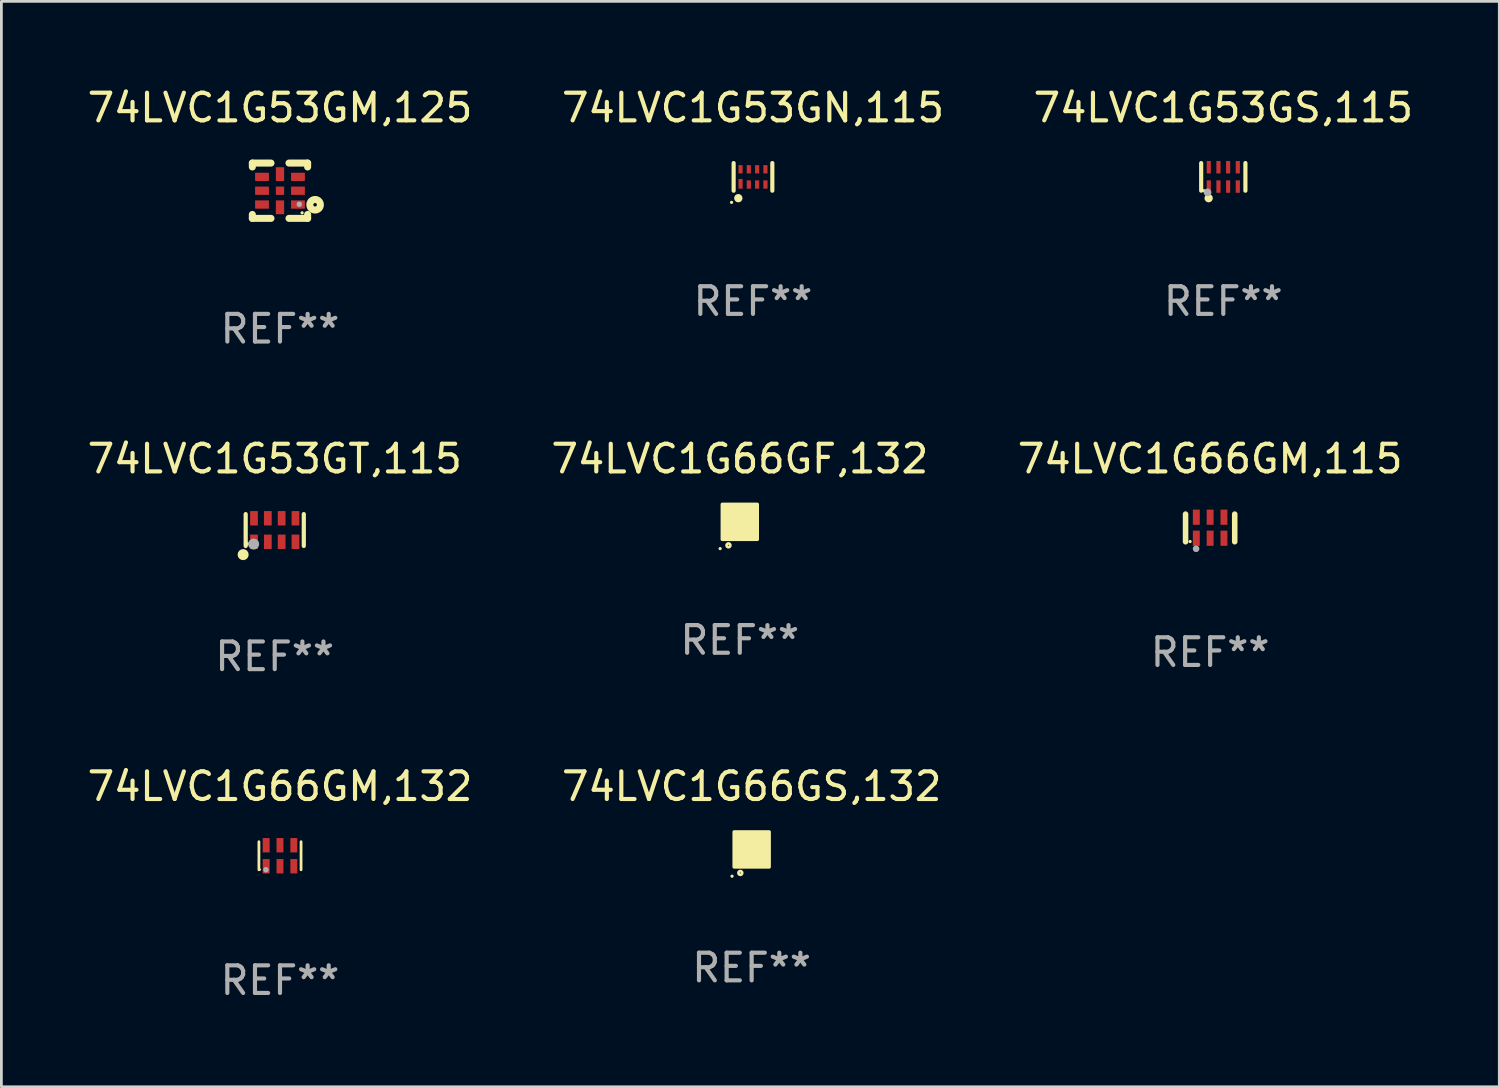
<source format=kicad_pcb>
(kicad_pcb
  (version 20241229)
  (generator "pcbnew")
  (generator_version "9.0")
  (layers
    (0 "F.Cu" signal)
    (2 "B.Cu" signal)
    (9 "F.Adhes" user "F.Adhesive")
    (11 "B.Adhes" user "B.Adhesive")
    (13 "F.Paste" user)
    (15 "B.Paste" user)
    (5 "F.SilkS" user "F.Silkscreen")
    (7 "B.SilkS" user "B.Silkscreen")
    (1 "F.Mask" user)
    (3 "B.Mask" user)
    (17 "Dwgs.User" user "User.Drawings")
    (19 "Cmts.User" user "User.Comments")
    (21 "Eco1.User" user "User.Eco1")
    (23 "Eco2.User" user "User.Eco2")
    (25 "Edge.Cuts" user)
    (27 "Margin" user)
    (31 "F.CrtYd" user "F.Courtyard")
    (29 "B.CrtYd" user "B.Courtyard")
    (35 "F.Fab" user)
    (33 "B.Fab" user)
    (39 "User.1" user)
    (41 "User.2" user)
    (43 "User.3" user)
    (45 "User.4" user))
  (footprint "74LVC1G66GF,132"
    (layer "F.Cu")
    (at 23.708 15.825)
    (property "Reference" "74LVC1G66GF,132" (at 0 -2.28 0) (layer "F.SilkS") (effects (font (size 1 1) (thickness 0.15))))
    (attr through_hole)
    (fp_circle (center -0.71 0.968) (end -0.68 0.968) (stroke (width 0.06) (type solid)) (fill no) (layer "F.SilkS"))
    (fp_circle (center -0.41 0.85) (end -0.342 0.85) (stroke (width 0.1) (type solid)) (fill no) (layer "F.SilkS"))
    (fp_poly (pts (xy -0.635 -0.635) (xy 0.635 -0.635) (xy 0.635 0.635) (xy -0.635 0.635)) (stroke (width 0.12) (type solid)) (fill yes) (layer "F.SilkS"))
    (fp_text user "REF**" (at 0 4.28 0) (layer "F.Fab") (effects (font (size 1 1) (thickness 0.15))))
    (pad "1" smd rect (at -0.35 0.28 90) (size 0.35 0.2) (layers "F.Cu" "F.Mask" "F.Paste"))
    (pad "2" smd rect (at 0 0.28 90) (size 0.35 0.2) (layers "F.Cu" "F.Mask" "F.Paste"))
    (pad "3" smd rect (at 0.35 0.28 90) (size 0.35 0.2) (layers "F.Cu" "F.Mask" "F.Paste"))
    (pad "4" smd rect (at 0.35 -0.28 90) (size 0.35 0.2) (layers "F.Cu" "F.Mask" "F.Paste"))
    (pad "5" smd rect (at 0 -0.28 90) (size 0.35 0.2) (layers "F.Cu" "F.Mask" "F.Paste"))
    (pad "6" smd rect (at -0.35 -0.28 90) (size 0.35 0.2) (layers "F.Cu" "F.Mask" "F.Paste")))
  (footprint "74LVC1G66GS,132"
    (layer "F.Cu")
    (at 24.137 27.674)
    (property "Reference" "74LVC1G66GS,132" (at 0 -2.28 0) (layer "F.SilkS") (effects (font (size 1 1) (thickness 0.15))))
    (attr through_hole)
    (fp_circle (center -0.71 0.968) (end -0.68 0.968) (stroke (width 0.06) (type solid)) (fill no) (layer "F.SilkS"))
    (fp_circle (center -0.41 0.85) (end -0.342 0.85) (stroke (width 0.1) (type solid)) (fill no) (layer "F.SilkS"))
    (fp_poly (pts (xy -0.635 -0.635) (xy 0.635 -0.635) (xy 0.635 0.635) (xy -0.635 0.635)) (stroke (width 0.12) (type solid)) (fill yes) (layer "F.SilkS"))
    (fp_text user "REF**" (at 0 4.28 0) (layer "F.Fab") (effects (font (size 1 1) (thickness 0.15))))
    (pad "1" smd rect (at -0.35 0.28 90) (size 0.35 0.2) (layers "F.Cu" "F.Mask" "F.Paste"))
    (pad "2" smd rect (at 0 0.28 90) (size 0.35 0.2) (layers "F.Cu" "F.Mask" "F.Paste"))
    (pad "3" smd rect (at 0.35 0.28 90) (size 0.35 0.2) (layers "F.Cu" "F.Mask" "F.Paste"))
    (pad "4" smd rect (at 0.35 -0.28 90) (size 0.35 0.2) (layers "F.Cu" "F.Mask" "F.Paste"))
    (pad "5" smd rect (at 0 -0.28 90) (size 0.35 0.2) (layers "F.Cu" "F.Mask" "F.Paste"))
    (pad "6" smd rect (at -0.35 -0.28 90) (size 0.35 0.2) (layers "F.Cu" "F.Mask" "F.Paste")))
  (footprint "74LVC1G53GN,115"
    (layer "F.Cu")
    (at 24.185 3.348)
    (property "Reference" "74LVC1G53GN,115" (at 0 -2.5 0) (layer "F.SilkS") (effects (font (size 1 1) (thickness 0.15))))
    (attr through_hole)
    (fp_line (start -0.7 -0.5) (end -0.7 0.5) (stroke (width 0.15) (type solid)) (layer "F.SilkS"))
    (fp_line (start 0.7 -0.5) (end 0.7 0.5) (stroke (width 0.15) (type solid)) (layer "F.SilkS"))
    (fp_circle (center -0.775 0.922) (end -0.745 0.922) (stroke (width 0.06) (type solid)) (fill no) (layer "F.SilkS"))
    (fp_circle (center -0.53 0.77) (end -0.454 0.77) (stroke (width 0.15) (type solid)) (fill no) (layer "F.SilkS"))
    (fp_text user "REF**" (at 0 4.5 0) (layer "F.Fab") (effects (font (size 1 1) (thickness 0.15))))
    (pad "1" smd rect (at -0.45 0.25) (size 0.15 0.35) (layers "F.Cu" "F.Mask" "F.Paste"))
    (pad "2" smd rect (at -0.15 0.275) (size 0.15 0.3) (layers "F.Cu" "F.Mask" "F.Paste"))
    (pad "3" smd rect (at 0.15 0.275) (size 0.15 0.3) (layers "F.Cu" "F.Mask" "F.Paste"))
    (pad "4" smd rect (at 0.45 0.275) (size 0.15 0.3) (layers "F.Cu" "F.Mask" "F.Paste"))
    (pad "5" smd rect (at 0.45 -0.275) (size 0.15 0.3) (layers "F.Cu" "F.Mask" "F.Paste"))
    (pad "6" smd rect (at 0.15 -0.275) (size 0.15 0.3) (layers "F.Cu" "F.Mask" "F.Paste"))
    (pad "7" smd rect (at -0.15 -0.275) (size 0.15 0.3) (layers "F.Cu" "F.Mask" "F.Paste"))
    (pad "8" smd rect (at -0.45 -0.275) (size 0.15 0.3) (layers "F.Cu" "F.Mask" "F.Paste")))
  (footprint "74LVC1G53GS,115"
    (layer "F.Cu")
    (at 41.196 3.348)
    (property "Reference" "74LVC1G53GS,115" (at 0 -2.5 0) (layer "F.SilkS") (effects (font (size 1 1) (thickness 0.15))))
    (attr through_hole)
    (fp_line (start -0.8 -0.5) (end -0.8 0.5) (stroke (width 0.15) (type solid)) (layer "F.SilkS"))
    (fp_line (start 0.8 -0.5) (end 0.8 0.5) (stroke (width 0.15) (type solid)) (layer "F.SilkS"))
    (fp_circle (center -0.7 0.5) (end -0.67 0.5) (stroke (width 0.06) (type solid)) (fill no) (layer "F.SilkS"))
    (fp_circle (center -0.53 0.77) (end -0.454 0.77) (stroke (width 0.15) (type solid)) (fill no) (layer "F.SilkS"))
    (fp_circle (center -0.57 0.56) (end -0.5 0.56) (stroke (width 0.14) (type solid)) (fill no) (layer "F.Fab"))
    (fp_text user "REF**" (at 0 4.5 0) (layer "F.Fab") (effects (font (size 1 1) (thickness 0.15))))
    (pad "1" smd rect (at -0.525 0.35) (size 0.15 0.45) (layers "F.Cu" "F.Mask" "F.Paste"))
    (pad "2" smd rect (at -0.175 0.35) (size 0.15 0.45) (layers "F.Cu" "F.Mask" "F.Paste"))
    (pad "3" smd rect (at 0.175 0.35) (size 0.15 0.45) (layers "F.Cu" "F.Mask" "F.Paste"))
    (pad "4" smd rect (at 0.525 0.35) (size 0.15 0.45) (layers "F.Cu" "F.Mask" "F.Paste"))
    (pad "5" smd rect (at 0.525 -0.35) (size 0.15 0.45) (layers "F.Cu" "F.Mask" "F.Paste"))
    (pad "6" smd rect (at 0.175 -0.35) (size 0.15 0.45) (layers "F.Cu" "F.Mask" "F.Paste"))
    (pad "7" smd rect (at -0.175 -0.35) (size 0.15 0.45) (layers "F.Cu" "F.Mask" "F.Paste"))
    (pad "8" smd rect (at -0.525 -0.35) (size 0.15 0.45) (layers "F.Cu" "F.Mask" "F.Paste")))
  (footprint "74LVC1G66GM,132"
    (layer "F.Cu")
    (at 7.077 27.902)
    (property "Reference" "74LVC1G66GM,132" (at 0 -2.508 0) (layer "F.SilkS") (effects (font (size 1 1) (thickness 0.15))))
    (attr through_hole)
    (fp_line (start -0.762 -0.508) (end -0.762 0.508) (stroke (width 0.1) (type solid)) (layer "F.SilkS"))
    (fp_line (start 0.762 -0.508) (end 0.762 0.508) (stroke (width 0.1) (type solid)) (layer "F.SilkS"))
    (fp_circle (center -0.725 0.5) (end -0.705 0.5) (stroke (width 0.04) (type solid)) (fill no) (layer "F.SilkS"))
    (fp_circle (center -0.508 0.508) (end -0.458 0.508) (stroke (width 0.1) (type solid)) (fill no) (layer "F.Fab"))
    (fp_text user "REF**" (at 0 4.508 0) (layer "F.Fab") (effects (font (size 1 1) (thickness 0.15))))
    (pad "1" smd rect (at -0.5 0.38) (size 0.25 0.52) (layers "F.Cu" "F.Mask" "F.Paste"))
    (pad "2" smd rect (at -0.000127 0.38) (size 0.25 0.52) (layers "F.Cu" "F.Mask" "F.Paste"))
    (pad "3" smd rect (at 0.5 0.38) (size 0.25 0.52) (layers "F.Cu" "F.Mask" "F.Paste"))
    (pad "4" smd rect (at 0.5 -0.38 180) (size 0.25 0.52) (layers "F.Cu" "F.Mask" "F.Paste"))
    (pad "5" smd rect (at -0.000127 -0.38 180) (size 0.25 0.52) (layers "F.Cu" "F.Mask" "F.Paste"))
    (pad "6" smd rect (at -0.5 -0.38 180) (size 0.25 0.52) (layers "F.Cu" "F.Mask" "F.Paste")))
  (footprint "74LVC1G53GM,125"
    (layer "F.Cu")
    (at 7.077 3.848)
    (property "Reference" "74LVC1G53GM,125" (at 0 -3 0) (layer "F.SilkS") (effects (font (size 1 1) (thickness 0.15))))
    (attr through_hole)
    (fp_line (start -1 -1) (end -0.325 -1) (stroke (width 0.254) (type solid)) (layer "F.SilkS"))
    (fp_line (start -1 -0.858) (end -1 -1) (stroke (width 0.254) (type solid)) (layer "F.SilkS"))
    (fp_line (start -1 1) (end -1 0.858) (stroke (width 0.254) (type solid)) (layer "F.SilkS"))
    (fp_line (start -0.325 1) (end -1 1) (stroke (width 0.254) (type solid)) (layer "F.SilkS"))
    (fp_line (start 0.325 -1) (end 1 -1) (stroke (width 0.254) (type solid)) (layer "F.SilkS"))
    (fp_line (start 1 -1) (end 1 -0.858) (stroke (width 0.254) (type solid)) (layer "F.SilkS"))
    (fp_line (start 1 0.858) (end 1 1) (stroke (width 0.254) (type solid)) (layer "F.SilkS"))
    (fp_line (start 1 1) (end 0.325 1) (stroke (width 0.254) (type solid)) (layer "F.SilkS"))
    (fp_circle (center 0.8 0.8) (end 0.83 0.8) (stroke (width 0.06) (type solid)) (fill no) (layer "F.SilkS"))
    (fp_circle (center 1.27 0.508) (end 1.334 0.508) (stroke (width 0.254) (type solid)) (fill no) (layer "F.SilkS"))
    (fp_circle (center 0.7 0.49) (end 0.75 0.49) (stroke (width 0.1) (type solid)) (fill no) (layer "F.Fab"))
    (fp_text user "REF**" (at 0 5 0) (layer "F.Fab") (effects (font (size 1 1) (thickness 0.15))))
    (pad "1" smd rect (at 0.65 0.5 180) (size 0.5 0.3) (layers "F.Cu" "F.Mask" "F.Paste"))
    (pad "2" smd rect (at 0.65 0 180) (size 0.5 0.3) (layers "F.Cu" "F.Mask" "F.Paste"))
    (pad "3" smd rect (at 0.65 -0.5 180) (size 0.5 0.3) (layers "F.Cu" "F.Mask" "F.Paste"))
    (pad "4" smd rect (at 0.000025 -0.6 270) (size 0.5 0.3) (layers "F.Cu" "F.Mask" "F.Paste"))
    (pad "5" smd rect (at -0.65 -0.5 180) (size 0.5 0.3) (layers "F.Cu" "F.Mask" "F.Paste"))
    (pad "6" smd rect (at -0.65 0 180) (size 0.5 0.3) (layers "F.Cu" "F.Mask" "F.Paste"))
    (pad "7" smd rect (at -0.65 0.5 180) (size 0.5 0.3) (layers "F.Cu" "F.Mask" "F.Paste"))
    (pad "8" smd rect (at 0.000025 0.6 270) (size 0.5 0.3) (layers "F.Cu" "F.Mask" "F.Paste"))
    (pad "9" smd rect (at 0.000025 0 270) (size 0.3 0.3) (layers "F.Cu" "F.Mask" "F.Paste")))
  (footprint "74LVC1G53GT,115"
    (layer "F.Cu")
    (at 6.887 16.121)
    (property "Reference" "74LVC1G53GT,115" (at 0 -2.576 0) (layer "F.SilkS") (effects (font (size 1 1) (thickness 0.15))))
    (attr through_hole)
    (fp_line (start -1.051 0.576) (end -1.051 -0.576) (stroke (width 0.152) (type solid)) (layer "F.SilkS"))
    (fp_line (start 1.051 -0.576) (end 1.051 0.576) (stroke (width 0.152) (type solid)) (layer "F.SilkS"))
    (fp_circle (center -1.143 0.889) (end -1.043 0.889) (stroke (width 0.2) (type solid)) (fill no) (layer "F.SilkS"))
    (fp_circle (center -0.975 0.5) (end -0.945 0.5) (stroke (width 0.06) (type solid)) (fill no) (layer "F.SilkS"))
    (fp_circle (center -0.762 0.508) (end -0.662 0.508) (stroke (width 0.2) (type solid)) (fill no) (layer "F.Fab"))
    (fp_text user "REF**" (at 0 4.576 0) (layer "F.Fab") (effects (font (size 1 1) (thickness 0.15))))
    (pad "1" smd rect (at -0.75 0.425) (size 0.28 0.521) (layers "F.Cu" "F.Mask" "F.Paste"))
    (pad "2" smd rect (at -0.25 0.425) (size 0.28 0.521) (layers "F.Cu" "F.Mask" "F.Paste"))
    (pad "3" smd rect (at 0.25 0.425) (size 0.28 0.521) (layers "F.Cu" "F.Mask" "F.Paste"))
    (pad "4" smd rect (at 0.75 0.425) (size 0.28 0.521) (layers "F.Cu" "F.Mask" "F.Paste"))
    (pad "5" smd rect (at 0.75 -0.425) (size 0.28 0.521) (layers "F.Cu" "F.Mask" "F.Paste"))
    (pad "6" smd rect (at 0.25 -0.425) (size 0.28 0.521) (layers "F.Cu" "F.Mask" "F.Paste"))
    (pad "7" smd rect (at -0.25 -0.425) (size 0.28 0.521) (layers "F.Cu" "F.Mask" "F.Paste"))
    (pad "8" smd rect (at -0.75 -0.425) (size 0.28 0.521) (layers "F.Cu" "F.Mask" "F.Paste")))
  (footprint "74LVC1G66GM,115"
    (layer "F.Cu")
    (at 40.72 16.045)
    (property "Reference" "74LVC1G66GM,115" (at 0 -2.5 0) (layer "F.SilkS") (effects (font (size 1 1) (thickness 0.15))))
    (attr through_hole)
    (fp_line (start -0.889 0.5) (end -0.889 -0.5) (stroke (width 0.2) (type solid)) (layer "F.SilkS"))
    (fp_line (start 0.889 0.5) (end 0.889 -0.5) (stroke (width 0.2) (type solid)) (layer "F.SilkS"))
    (fp_circle (center -0.725 0.492) (end -0.695 0.492) (stroke (width 0.06) (type solid)) (fill no) (layer "F.SilkS"))
    (fp_circle (center -0.508 0.754) (end -0.448 0.754) (stroke (width 0.12) (type solid)) (fill no) (layer "F.Fab"))
    (fp_text user "REF**" (at 0 4.5 0) (layer "F.Fab") (effects (font (size 1 1) (thickness 0.15))))
    (pad "1" smd rect (at -0.5 0.372) (size 0.25 0.55) (layers "F.Cu" "F.Mask" "F.Paste"))
    (pad "2" smd rect (at -0.000127 0.372) (size 0.25 0.55) (layers "F.Cu" "F.Mask" "F.Paste"))
    (pad "3" smd rect (at 0.5 0.372) (size 0.25 0.55) (layers "F.Cu" "F.Mask" "F.Paste"))
    (pad "4" smd rect (at 0.5 -0.388 180) (size 0.25 0.55) (layers "F.Cu" "F.Mask" "F.Paste"))
    (pad "5" smd rect (at -0.000127 -0.388 180) (size 0.25 0.55) (layers "F.Cu" "F.Mask" "F.Paste"))
    (pad "6" smd rect (at -0.5 -0.388 180) (size 0.25 0.55) (layers "F.Cu" "F.Mask" "F.Paste")))
  (gr_rect
    (start -3 -3)
    (end 51.179 36.258)
    (stroke (width 0.1) (type default))
    (fill no)
    (layer "Edge.Cuts")))
</source>
